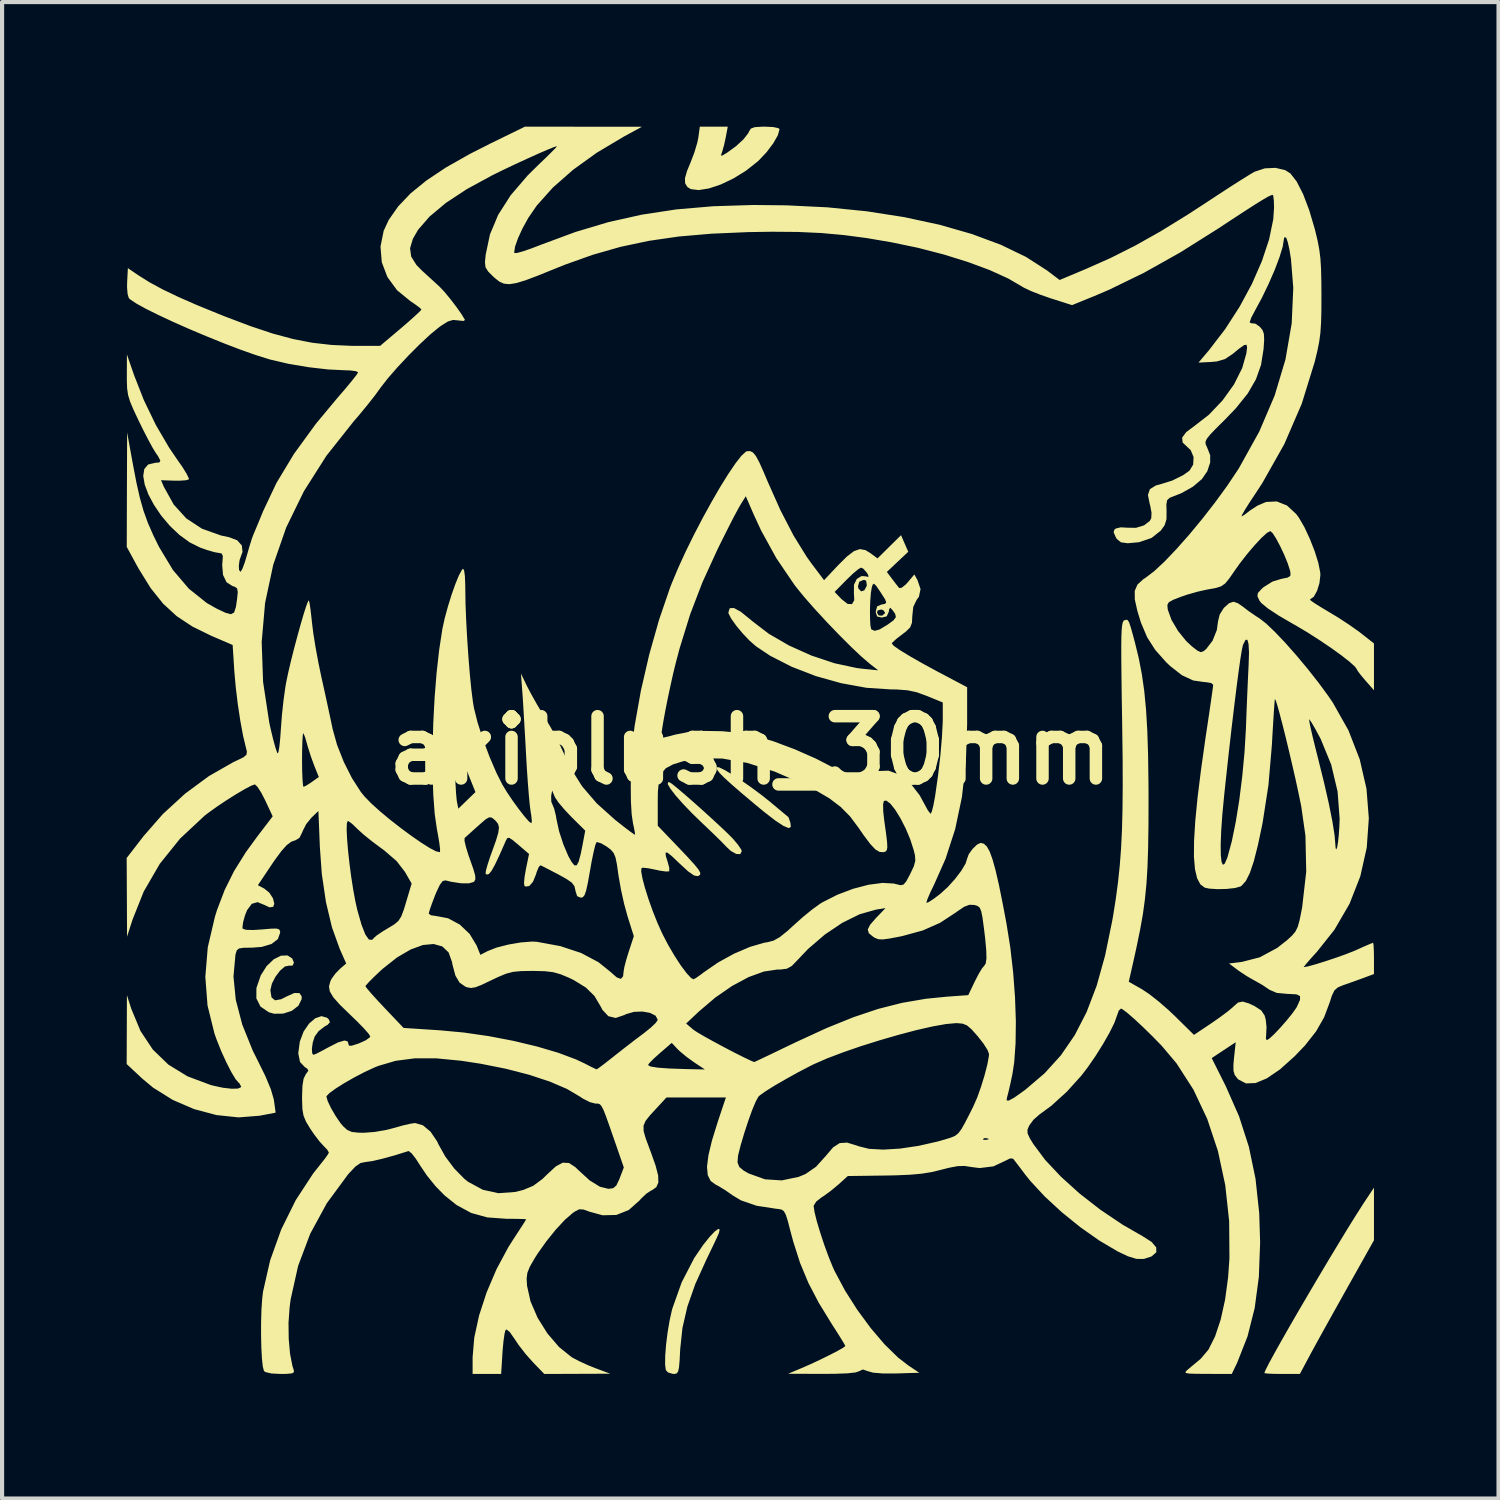
<source format=kicad_pcb>
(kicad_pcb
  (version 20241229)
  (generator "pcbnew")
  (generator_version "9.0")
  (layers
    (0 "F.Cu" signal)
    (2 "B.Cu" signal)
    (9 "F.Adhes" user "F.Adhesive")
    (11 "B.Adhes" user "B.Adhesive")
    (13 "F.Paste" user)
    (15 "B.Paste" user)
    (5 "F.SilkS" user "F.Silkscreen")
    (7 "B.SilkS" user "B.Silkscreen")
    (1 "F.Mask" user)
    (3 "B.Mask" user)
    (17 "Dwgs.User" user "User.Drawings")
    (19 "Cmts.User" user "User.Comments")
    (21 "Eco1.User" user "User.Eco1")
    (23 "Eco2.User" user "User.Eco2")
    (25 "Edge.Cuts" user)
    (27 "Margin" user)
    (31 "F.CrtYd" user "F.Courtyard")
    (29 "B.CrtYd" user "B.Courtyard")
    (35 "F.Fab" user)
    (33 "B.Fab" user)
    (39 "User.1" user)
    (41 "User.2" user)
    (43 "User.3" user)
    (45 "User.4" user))
  (footprint "akiblush_30mm"
    (layer "F.Cu")
    (at 15.017 15.017)
    (property "Reference" "akiblush_30mm" (at 0 0 0) (layer "F.SilkS") (effects (font (size 1.5 1.5) (thickness 0.3))))
    (attr board_only exclude_from_pos_files exclude_from_bom)
    (fp_poly (pts (xy -1.94 0.772) (xy -1.87 0.82) (xy -1.733 0.932) (xy -1.546 1.092) (xy -1.328 1.283) (xy -1.097 1.49) (xy -0.871 1.696) (xy -0.668 1.884) (xy -0.506 2.04) (xy -0.413 2.135) (xy -0.295 2.276) (xy -0.22 2.388) (xy -0.205 2.428) (xy -0.243 2.5) (xy -0.339 2.496) (xy -0.468 2.424) (xy -0.565 2.334) (xy -0.69 2.205) (xy -0.869 2.029) (xy -1.072 1.835) (xy -1.149 1.762) (xy -1.4 1.519) (xy -1.619 1.291) (xy -1.796 1.091) (xy -1.922 0.928) (xy -1.987 0.817) (xy -1.983 0.767)) (stroke (width 0) (type solid)) (fill yes) (layer "F.SilkS"))
    (fp_poly (pts (xy -0.756 0.408) (xy -0.627 0.47) (xy -0.442 0.579) (xy -0.219 0.724) (xy 0.023 0.893) (xy 0.267 1.074) (xy 0.494 1.255) (xy 0.5 1.261) (xy 0.681 1.412) (xy 0.822 1.53) (xy 0.904 1.598) (xy 0.917 1.608) (xy 0.937 1.66) (xy 0.965 1.745) (xy 0.976 1.846) (xy 0.922 1.872) (xy 0.8 1.822) (xy 0.606 1.694) (xy 0.336 1.486) (xy 0.113 1.302) (xy -0.214 1.027) (xy -0.458 0.815) (xy -0.63 0.658) (xy -0.74 0.546) (xy -0.798 0.469) (xy -0.812 0.418) (xy -0.81 0.407)) (stroke (width 0) (type solid)) (fill yes) (layer "F.SilkS"))
    (fp_poly (pts (xy 15.017 11.165) (xy 15.017 11.798) (xy 14.352 12.982) (xy 14.146 13.35) (xy 13.944 13.712) (xy 13.759 14.045) (xy 13.604 14.327) (xy 13.489 14.537) (xy 13.46 14.592) (xy 13.233 15.017) (xy 12.805 15.017) (xy 12.598 15.014) (xy 12.446 15.007) (xy 12.378 14.996) (xy 12.377 14.995) (xy 12.407 14.92) (xy 12.489 14.758) (xy 12.618 14.522) (xy 12.784 14.225) (xy 12.981 13.88) (xy 13.201 13.499) (xy 13.437 13.096) (xy 13.68 12.684) (xy 13.923 12.276) (xy 14.159 11.885) (xy 14.379 11.523) (xy 14.577 11.205) (xy 14.744 10.942) (xy 14.822 10.824) (xy 15.017 10.531)) (stroke (width 0) (type solid)) (fill yes) (layer "F.SilkS"))
    (fp_poly (pts (xy -0.737 11.541) (xy -0.76 11.632) (xy -0.808 11.741) (xy -0.894 11.923) (xy -1.002 12.147) (xy -1.056 12.259) (xy -1.326 12.854) (xy -1.516 13.396) (xy -1.634 13.908) (xy -1.688 14.416) (xy -1.702 14.686) (xy -1.717 14.86) (xy -1.739 14.959) (xy -1.774 15.004) (xy -1.828 15.017) (xy -1.857 15.017) (xy -1.98 14.982) (xy -2.034 14.924) (xy -2.052 14.792) (xy -2.049 14.576) (xy -2.028 14.306) (xy -1.991 14.011) (xy -1.942 13.722) (xy -1.885 13.468) (xy -1.879 13.447) (xy -1.653 12.811) (xy -1.352 12.228) (xy -1.139 11.915) (xy -0.981 11.717) (xy -0.855 11.584) (xy -0.77 11.523)) (stroke (width 0) (type solid)) (fill yes) (layer "F.SilkS"))
    (fp_poly (pts (xy -11.03 5.013) (xy -10.989 5.114) (xy -11.024 5.185) (xy -11.109 5.186) (xy -11.206 5.205) (xy -11.322 5.304) (xy -11.434 5.452) (xy -11.52 5.618) (xy -11.556 5.774) (xy -11.556 5.782) (xy -11.529 5.95) (xy -11.445 6.02) (xy -11.298 5.994) (xy -11.167 5.928) (xy -10.981 5.844) (xy -10.856 5.845) (xy -10.802 5.928) (xy -10.804 5.992) (xy -10.882 6.151) (xy -11.04 6.272) (xy -11.247 6.34) (xy -11.467 6.343) (xy -11.595 6.307) (xy -11.795 6.17) (xy -11.894 5.974) (xy -11.893 5.724) (xy -11.79 5.424) (xy -11.786 5.416) (xy -11.645 5.194) (xy -11.477 5.033) (xy -11.302 4.945) (xy -11.143 4.939)) (stroke (width 0) (type solid)) (fill yes) (layer "F.SilkS"))
    (fp_poly (pts (xy -0.59 -14.768) (xy -0.63 -14.582) (xy -0.672 -14.43) (xy -0.682 -14.401) (xy -0.707 -14.327) (xy -0.682 -14.318) (xy -0.586 -14.374) (xy -0.554 -14.394) (xy -0.342 -14.549) (xy -0.164 -14.713) (xy -0.049 -14.861) (xy -0.026 -14.91) (xy 0.015 -14.972) (xy 0.106 -15.005) (xy 0.277 -15.016) (xy 0.356 -15.017) (xy 0.55 -15.008) (xy 0.674 -14.982) (xy 0.704 -14.956) (xy 0.663 -14.81) (xy 0.553 -14.617) (xy 0.395 -14.406) (xy 0.207 -14.207) (xy 0.175 -14.177) (xy -0.104 -13.957) (xy -0.405 -13.771) (xy -0.708 -13.626) (xy -0.994 -13.53) (xy -1.242 -13.49) (xy -1.432 -13.513) (xy -1.513 -13.562) (xy -1.569 -13.651) (xy -1.574 -13.773) (xy -1.524 -13.95) (xy -1.435 -14.165) (xy -1.347 -14.396) (xy -1.277 -14.63) (xy -1.251 -14.759) (xy -1.216 -15.017) (xy -0.88 -15.017) (xy -0.543 -15.017)) (stroke (width 0) (type solid)) (fill yes) (layer "F.SilkS"))
    (fp_poly (pts (xy -4.019 -15.016) (xy -2.61 -15.015) (xy -3.049 -14.776) (xy -3.698 -14.389) (xy -4.271 -13.976) (xy -4.756 -13.549) (xy -5.143 -13.116) (xy -5.348 -12.817) (xy -5.486 -12.566) (xy -5.595 -12.328) (xy -5.665 -12.129) (xy -5.685 -11.996) (xy -5.68 -11.974) (xy -5.622 -11.975) (xy -5.477 -12.014) (xy -5.268 -12.086) (xy -5.016 -12.183) (xy -5.015 -12.183) (xy -4.211 -12.481) (xy -3.418 -12.718) (xy -2.614 -12.898) (xy -1.779 -13.025) (xy -0.892 -13.101) (xy 0.068 -13.131) (xy 0.866 -13.123) (xy 1.853 -13.075) (xy 2.805 -12.979) (xy 3.71 -12.838) (xy 4.557 -12.655) (xy 5.335 -12.432) (xy 6.033 -12.173) (xy 6.639 -11.88) (xy 7.143 -11.556) (xy 7.147 -11.553) (xy 7.448 -11.325) (xy 8.078 -11.589) (xy 8.678 -11.856) (xy 9.268 -12.153) (xy 9.873 -12.493) (xy 10.519 -12.891) (xy 10.941 -13.165) (xy 11.257 -13.373) (xy 11.553 -13.566) (xy 11.811 -13.73) (xy 12.01 -13.854) (xy 12.133 -13.927) (xy 12.143 -13.932) (xy 12.388 -14.013) (xy 12.646 -14.025) (xy 12.878 -13.971) (xy 13.006 -13.89) (xy 13.158 -13.693) (xy 13.311 -13.393) (xy 13.459 -13.003) (xy 13.596 -12.538) (xy 13.598 -12.53) (xy 13.657 -12.285) (xy 13.699 -12.067) (xy 13.727 -11.847) (xy 13.743 -11.595) (xy 13.75 -11.279) (xy 13.752 -10.97) (xy 13.751 -10.588) (xy 13.743 -10.293) (xy 13.727 -10.052) (xy 13.698 -9.836) (xy 13.653 -9.613) (xy 13.592 -9.36) (xy 13.278 -8.345) (xy 12.858 -7.373) (xy 12.328 -6.434) (xy 12.162 -6.18) (xy 12.018 -5.963) (xy 11.907 -5.786) (xy 11.84 -5.669) (xy 11.827 -5.631) (xy 11.89 -5.666) (xy 12.003 -5.751) (xy 12.033 -5.776) (xy 12.214 -5.893) (xy 12.415 -5.978) (xy 12.421 -5.98) (xy 12.677 -5.993) (xy 12.922 -5.895) (xy 13.144 -5.69) (xy 13.209 -5.602) (xy 13.343 -5.371) (xy 13.474 -5.089) (xy 13.591 -4.79) (xy 13.678 -4.51) (xy 13.723 -4.283) (xy 13.727 -4.224) (xy 13.704 -4.024) (xy 13.646 -3.837) (xy 13.567 -3.696) (xy 13.481 -3.637) (xy 13.476 -3.637) (xy 13.491 -3.61) (xy 13.591 -3.539) (xy 13.758 -3.435) (xy 13.888 -3.358) (xy 14.15 -3.2) (xy 14.418 -3.025) (xy 14.645 -2.865) (xy 14.695 -2.827) (xy 15.017 -2.574) (xy 15.017 -2.011) (xy 15.017 -1.447) (xy 14.814 -1.677) (xy 14.699 -1.813) (xy 14.624 -1.913) (xy 14.609 -1.944) (xy 14.559 -2.016) (xy 14.425 -2.136) (xy 14.227 -2.291) (xy 13.981 -2.468) (xy 13.705 -2.654) (xy 13.418 -2.838) (xy 13.136 -3.006) (xy 13.081 -3.036) (xy 12.724 -3.244) (xy 12.463 -3.416) (xy 12.303 -3.548) (xy 12.26 -3.603) (xy 12.211 -3.708) (xy 12.221 -3.786) (xy 12.303 -3.878) (xy 12.354 -3.925) (xy 12.571 -4.062) (xy 12.785 -4.128) (xy 12.939 -4.159) (xy 13.004 -4.201) (xy 13.006 -4.28) (xy 12.996 -4.328) (xy 12.941 -4.5) (xy 12.858 -4.704) (xy 12.76 -4.913) (xy 12.662 -5.097) (xy 12.578 -5.229) (xy 12.521 -5.279) (xy 12.521 -5.279) (xy 12.44 -5.235) (xy 12.308 -5.115) (xy 12.143 -4.938) (xy 11.962 -4.725) (xy 11.783 -4.495) (xy 11.666 -4.33) (xy 11.532 -4.136) (xy 11.433 -4.016) (xy 11.335 -3.948) (xy 11.208 -3.908) (xy 11.018 -3.874) (xy 11.014 -3.874) (xy 10.779 -3.822) (xy 10.511 -3.746) (xy 10.362 -3.694) (xy 10.175 -3.621) (xy 10.076 -3.564) (xy 10.042 -3.501) (xy 10.05 -3.408) (xy 10.055 -3.381) (xy 10.142 -3.14) (xy 10.298 -2.876) (xy 10.495 -2.632) (xy 10.632 -2.504) (xy 10.766 -2.4) (xy 10.847 -2.363) (xy 10.913 -2.386) (xy 10.977 -2.439) (xy 11.13 -2.638) (xy 11.233 -2.895) (xy 11.263 -3.11) (xy 11.303 -3.272) (xy 11.403 -3.43) (xy 11.532 -3.544) (xy 11.636 -3.578) (xy 11.74 -3.542) (xy 11.859 -3.46) (xy 11.99 -3.359) (xy 12.17 -3.235) (xy 12.264 -3.175) (xy 12.425 -3.049) (xy 12.638 -2.845) (xy 12.887 -2.583) (xy 13.155 -2.279) (xy 13.427 -1.953) (xy 13.687 -1.622) (xy 13.919 -1.306) (xy 14.026 -1.149) (xy 14.404 -0.478) (xy 14.674 0.217) (xy 14.837 0.926) (xy 14.893 1.638) (xy 14.843 2.345) (xy 14.688 3.034) (xy 14.428 3.697) (xy 14.064 4.323) (xy 13.648 4.846) (xy 13.497 5.013) (xy 13.385 5.142) (xy 13.329 5.213) (xy 13.327 5.221) (xy 13.432 5.202) (xy 13.617 5.151) (xy 13.851 5.078) (xy 14.103 4.994) (xy 14.344 4.908) (xy 14.542 4.83) (xy 14.59 4.809) (xy 14.781 4.723) (xy 14.925 4.661) (xy 14.994 4.634) (xy 14.996 4.634) (xy 15.007 4.688) (xy 15.014 4.827) (xy 15.017 5.011) (xy 15.017 5.387) (xy 14.768 5.48) (xy 14.548 5.56) (xy 14.324 5.639) (xy 14.286 5.651) (xy 14.15 5.707) (xy 14.065 5.781) (xy 14.003 5.909) (xy 13.955 6.06) (xy 13.817 6.428) (xy 13.623 6.768) (xy 13.355 7.108) (xy 13.106 7.368) (xy 12.753 7.684) (xy 12.438 7.899) (xy 12.165 8.012) (xy 11.935 8.021) (xy 11.752 7.926) (xy 11.731 7.905) (xy 11.664 7.817) (xy 11.634 7.717) (xy 11.633 7.566) (xy 11.648 7.401) (xy 11.688 7.029) (xy 11.399 7.22) (xy 11.11 7.411) (xy 11.45 8.09) (xy 11.768 8.812) (xy 12.005 9.547) (xy 12.165 10.316) (xy 12.254 11.144) (xy 12.276 11.849) (xy 12.245 12.68) (xy 12.145 13.429) (xy 11.973 14.111) (xy 11.725 14.742) (xy 11.699 14.797) (xy 11.593 15.017) (xy 11.003 15.015) (xy 10.737 15.013) (xy 10.571 15.008) (xy 10.49 14.994) (xy 10.477 14.969) (xy 10.515 14.928) (xy 10.543 14.904) (xy 10.678 14.791) (xy 10.835 14.66) (xy 10.851 14.645) (xy 11.032 14.43) (xy 11.191 14.113) (xy 11.326 13.708) (xy 11.432 13.229) (xy 11.505 12.69) (xy 11.537 12.231) (xy 11.53 11.335) (xy 11.436 10.47) (xy 11.259 9.646) (xy 11.002 8.875) (xy 10.669 8.169) (xy 10.264 7.539) (xy 9.908 7.117) (xy 9.681 6.884) (xy 9.456 6.664) (xy 9.251 6.473) (xy 9.081 6.325) (xy 8.965 6.237) (xy 8.925 6.218) (xy 8.872 6.268) (xy 8.83 6.386) (xy 8.768 6.559) (xy 8.65 6.798) (xy 8.491 7.076) (xy 8.308 7.368) (xy 8.116 7.645) (xy 7.974 7.83) (xy 7.623 8.219) (xy 7.246 8.561) (xy 6.963 8.768) (xy 6.818 8.896) (xy 6.716 9.035) (xy 6.674 9.134) (xy 6.676 9.223) (xy 6.729 9.34) (xy 6.814 9.479) (xy 7.1 9.863) (xy 7.479 10.266) (xy 7.928 10.672) (xy 8.429 11.062) (xy 8.961 11.42) (xy 9.444 11.698) (xy 9.663 11.838) (xy 9.774 11.97) (xy 9.776 12.087) (xy 9.666 12.183) (xy 9.647 12.192) (xy 9.474 12.248) (xy 9.298 12.246) (xy 9.089 12.182) (xy 8.842 12.064) (xy 8.404 11.805) (xy 7.945 11.482) (xy 7.494 11.117) (xy 7.083 10.737) (xy 6.739 10.365) (xy 6.625 10.223) (xy 6.494 10.049) (xy 6.388 9.91) (xy 6.33 9.836) (xy 6.329 9.834) (xy 6.257 9.826) (xy 6.15 9.879) (xy 5.854 10.018) (xy 5.521 10.059) (xy 5.318 10.033) (xy 5.155 10.008) (xy 4.989 10.013) (xy 4.78 10.053) (xy 4.596 10.1) (xy 4.366 10.156) (xy 4.128 10.194) (xy 3.852 10.219) (xy 3.507 10.234) (xy 3.241 10.239) (xy 2.347 10.251) (xy 2.122 10.455) (xy 1.948 10.6) (xy 1.772 10.729) (xy 1.711 10.768) (xy 1.588 10.865) (xy 1.527 10.962) (xy 1.525 10.976) (xy 1.546 11.118) (xy 1.601 11.34) (xy 1.683 11.613) (xy 1.78 11.907) (xy 1.885 12.194) (xy 1.987 12.445) (xy 2.029 12.537) (xy 2.28 13.008) (xy 2.576 13.473) (xy 2.899 13.912) (xy 3.232 14.303) (xy 3.558 14.622) (xy 3.811 14.817) (xy 4.069 14.988) (xy 3.516 15.005) (xy 3.189 15.005) (xy 2.953 14.985) (xy 2.83 14.95) (xy 2.71 14.909) (xy 2.627 14.948) (xy 2.536 14.98) (xy 2.337 15.002) (xy 2.027 15.013) (xy 1.733 15.015) (xy 0.909 15.012) (xy 1.232 14.877) (xy 1.449 14.782) (xy 1.682 14.673) (xy 1.907 14.562) (xy 2.099 14.463) (xy 2.234 14.386) (xy 2.288 14.344) (xy 2.288 14.344) (xy 2.258 14.286) (xy 2.177 14.153) (xy 2.06 13.967) (xy 1.972 13.831) (xy 1.651 13.308) (xy 1.399 12.826) (xy 1.199 12.346) (xy 1.034 11.831) (xy 0.968 11.585) (xy 0.904 11.338) (xy 0.855 11.183) (xy 0.808 11.097) (xy 0.749 11.058) (xy 0.665 11.043) (xy 0.637 11.041) (xy 0.153 10.967) (xy -0.229 10.835) (xy -0.427 10.715) (xy -0.603 10.592) (xy -0.771 10.49) (xy -0.834 10.458) (xy -0.955 10.37) (xy -1.025 10.23) (xy -1.043 10.027) (xy -1.03 9.923) (xy -0.308 9.923) (xy -0.265 10.033) (xy -0.156 10.123) (xy -0.034 10.191) (xy 0.354 10.33) (xy 0.759 10.356) (xy 1.164 10.271) (xy 1.33 10.202) (xy 1.582 10.028) (xy 1.822 9.762) (xy 1.823 9.76) (xy 1.994 9.56) (xy 2.152 9.458) (xy 2.329 9.446) (xy 2.559 9.515) (xy 2.601 9.532) (xy 2.859 9.596) (xy 3.202 9.615) (xy 3.607 9.59) (xy 4.052 9.524) (xy 4.514 9.419) (xy 4.679 9.372) (xy 5.598 9.372) (xy 5.656 9.381) (xy 5.732 9.37) (xy 5.733 9.35) (xy 5.654 9.336) (xy 5.62 9.346) (xy 5.598 9.372) (xy 4.679 9.372) (xy 4.722 9.359) (xy 4.844 9.321) (xy 4.935 9.28) (xy 5.01 9.219) (xy 5.084 9.12) (xy 5.173 8.962) (xy 5.293 8.728) (xy 5.371 8.571) (xy 5.463 8.361) (xy 5.557 8.098) (xy 5.642 7.82) (xy 5.708 7.563) (xy 5.744 7.364) (xy 5.748 7.313) (xy 5.712 7.216) (xy 5.617 7.066) (xy 5.482 6.893) (xy 5.478 6.887) (xy 5.329 6.72) (xy 5.219 6.625) (xy 5.115 6.582) (xy 4.983 6.57) (xy 4.946 6.57) (xy 4.711 6.591) (xy 4.388 6.649) (xy 4 6.737) (xy 3.569 6.851) (xy 3.116 6.982) (xy 2.664 7.124) (xy 2.235 7.272) (xy 1.85 7.418) (xy 1.531 7.557) (xy 1.456 7.594) (xy 1.149 7.754) (xy 0.854 7.918) (xy 0.589 8.071) (xy 0.376 8.204) (xy 0.235 8.303) (xy 0.194 8.341) (xy 0.131 8.456) (xy 0.046 8.658) (xy -0.049 8.922) (xy -0.147 9.221) (xy -0.235 9.519) (xy -0.296 9.761) (xy -0.308 9.923) (xy -1.03 9.923) (xy -1.009 9.752) (xy -0.923 9.394) (xy -0.783 8.942) (xy -0.762 8.879) (xy -0.687 8.654) (xy -0.628 8.478) (xy -0.593 8.375) (xy -0.587 8.359) (xy -0.642 8.359) (xy -0.791 8.359) (xy -1.013 8.359) (xy -1.285 8.359) (xy -1.303 8.359) (xy -2.019 8.359) (xy -2.256 8.616) (xy -2.418 8.792) (xy -2.522 8.923) (xy -2.571 9.038) (xy -2.569 9.167) (xy -2.521 9.339) (xy -2.43 9.584) (xy -2.395 9.677) (xy -2.28 10.002) (xy -2.219 10.24) (xy -2.214 10.407) (xy -2.264 10.519) (xy -2.368 10.593) (xy -2.397 10.605) (xy -2.503 10.675) (xy -2.633 10.799) (xy -2.668 10.84) (xy -2.927 11.069) (xy -3.225 11.188) (xy -3.555 11.196) (xy -3.868 11.111) (xy -4.022 11.056) (xy -4.122 11.053) (xy -4.225 11.106) (xy -4.277 11.142) (xy -4.465 11.305) (xy -4.685 11.542) (xy -4.912 11.824) (xy -5.122 12.12) (xy -5.194 12.234) (xy -5.308 12.432) (xy -5.368 12.58) (xy -5.386 12.721) (xy -5.376 12.894) (xy -5.292 13.271) (xy -5.122 13.664) (xy -4.887 14.04) (xy -4.607 14.367) (xy -4.304 14.611) (xy -4.3 14.614) (xy -4.125 14.707) (xy -3.897 14.811) (xy -3.729 14.878) (xy -3.373 15.011) (xy -4.167 15.014) (xy -4.961 15.017) (xy -5.231 14.738) (xy -5.41 14.537) (xy -5.584 14.312) (xy -5.676 14.174) (xy -5.791 14.009) (xy -5.868 13.947) (xy -5.895 13.96) (xy -5.918 14.048) (xy -5.943 14.222) (xy -5.964 14.447) (xy -5.969 14.524) (xy -6 15.017) (xy -6.344 15.017) (xy -6.687 15.017) (xy -6.687 14.618) (xy -6.647 14.141) (xy -6.531 13.609) (xy -6.349 13.051) (xy -6.111 12.494) (xy -5.826 11.963) (xy -5.702 11.768) (xy -5.571 11.567) (xy -5.467 11.407) (xy -5.407 11.311) (xy -5.397 11.293) (xy -5.451 11.287) (xy -5.595 11.283) (xy -5.802 11.28) (xy -5.881 11.28) (xy -6.334 11.247) (xy -6.721 11.14) (xy -7.076 10.947) (xy -7.367 10.713) (xy -7.578 10.497) (xy -7.787 10.239) (xy -7.939 10.014) (xy -8.055 9.833) (xy -8.156 9.704) (xy -8.225 9.65) (xy -8.233 9.65) (xy -8.563 9.753) (xy -8.862 9.835) (xy -9.102 9.891) (xy -9.26 9.913) (xy -9.27 9.914) (xy -9.386 9.938) (xy -9.509 10.023) (xy -9.664 10.186) (xy -9.694 10.222) (xy -10.198 10.907) (xy -10.597 11.64) (xy -10.888 12.413) (xy -11.068 13.219) (xy -11.093 13.408) (xy -11.12 13.785) (xy -11.115 14.172) (xy -11.083 14.531) (xy -11.025 14.826) (xy -10.994 14.92) (xy -10.989 14.974) (xy -11.039 15.003) (xy -11.169 15.015) (xy -11.312 15.017) (xy -11.535 15.005) (xy -11.676 14.971) (xy -11.711 14.945) (xy -11.739 14.84) (xy -11.76 14.644) (xy -11.774 14.382) (xy -11.781 14.081) (xy -11.78 13.766) (xy -11.771 13.463) (xy -11.753 13.198) (xy -11.733 13.033) (xy -11.562 12.281) (xy -11.295 11.537) (xy -10.946 10.832) (xy -10.528 10.192) (xy -10.361 9.981) (xy -10.245 9.835) (xy -10.167 9.724) (xy -10.148 9.683) (xy -10.188 9.616) (xy -10.274 9.527) (xy -10.375 9.416) (xy -10.503 9.248) (xy -10.597 9.11) (xy -10.699 8.94) (xy -10.758 8.798) (xy -10.786 8.638) (xy -10.793 8.416) (xy -10.794 8.352) (xy -10.793 8.337) (xy -10.207 8.337) (xy -10.176 8.448) (xy -10.096 8.615) (xy -9.988 8.801) (xy -9.874 8.969) (xy -9.808 9.048) (xy -9.707 9.141) (xy -9.597 9.189) (xy -9.437 9.207) (xy -9.301 9.209) (xy -9.042 9.189) (xy -8.752 9.138) (xy -8.574 9.092) (xy -8.36 9.031) (xy -8.174 8.989) (xy -8.069 8.975) (xy -7.882 9.03) (xy -7.7 9.183) (xy -7.543 9.414) (xy -7.509 9.487) (xy -7.345 9.781) (xy -7.127 10.072) (xy -6.89 10.314) (xy -6.795 10.39) (xy -6.44 10.582) (xy -6.068 10.664) (xy -5.665 10.635) (xy -5.469 10.587) (xy -5.227 10.486) (xy -5.004 10.321) (xy -4.886 10.206) (xy -4.682 10.018) (xy -4.516 9.929) (xy -4.366 9.937) (xy -4.212 10.038) (xy -4.142 10.106) (xy -3.869 10.356) (xy -3.621 10.509) (xy -3.416 10.559) (xy -3.302 10.544) (xy -3.227 10.48) (xy -3.158 10.337) (xy -3.144 10.301) (xy -3.046 10.044) (xy -3.277 9.377) (xy -3.391 9.049) (xy -3.474 8.816) (xy -3.535 8.661) (xy -3.582 8.569) (xy -3.623 8.523) (xy -3.666 8.507) (xy -3.721 8.506) (xy -3.732 8.506) (xy -3.862 8.472) (xy -4.03 8.387) (xy -4.107 8.336) (xy -4.419 8.152) (xy -4.831 7.976) (xy -5.325 7.813) (xy -5.885 7.668) (xy -6.493 7.547) (xy -6.961 7.475) (xy -7.562 7.417) (xy -8.081 7.417) (xy -8.537 7.476) (xy -8.951 7.597) (xy -9.053 7.638) (xy -9.29 7.748) (xy -9.539 7.878) (xy -9.777 8.014) (xy -9.982 8.143) (xy -10.132 8.252) (xy -10.204 8.326) (xy -10.207 8.337) (xy -10.793 8.337) (xy -10.785 8.082) (xy -10.756 7.905) (xy -10.704 7.801) (xy -10.701 7.796) (xy -10.641 7.713) (xy -10.674 7.66) (xy -10.723 7.632) (xy -10.843 7.505) (xy -10.885 7.296) (xy -10.848 7.017) (xy -10.846 7.009) (xy -10.756 6.771) (xy -10.627 6.582) (xy -10.477 6.453) (xy -10.326 6.401) (xy -10.192 6.439) (xy -10.151 6.478) (xy -10.122 6.547) (xy -10.179 6.61) (xy -10.25 6.65) (xy -10.394 6.761) (xy -10.489 6.891) (xy -10.536 7.036) (xy -10.557 7.185) (xy -10.55 7.297) (xy -10.52 7.333) (xy -10.451 7.306) (xy -10.314 7.236) (xy -10.169 7.157) (xy -9.929 7.034) (xy -9.772 6.987) (xy -9.692 7.012) (xy -9.679 7.066) (xy -9.663 7.112) (xy -9.599 7.113) (xy -9.459 7.069) (xy -9.415 7.053) (xy -9.261 6.983) (xy -9.166 6.915) (xy -9.151 6.888) (xy -9.192 6.823) (xy -9.302 6.698) (xy -9.465 6.531) (xy -9.65 6.352) (xy -9.887 6.122) (xy -10.042 5.946) (xy -10.125 5.807) (xy -10.146 5.685) (xy -10.144 5.681) (xy -9.268 5.681) (xy -9.229 5.736) (xy -9.126 5.857) (xy -8.973 6.026) (xy -8.808 6.202) (xy -8.349 6.685) (xy -7.474 6.742) (xy -6.893 6.796) (xy -6.293 6.883) (xy -5.699 6.997) (xy -5.136 7.132) (xy -4.627 7.282) (xy -4.197 7.443) (xy -3.993 7.539) (xy -3.837 7.619) (xy -3.729 7.671) (xy -3.702 7.682) (xy -3.649 7.649) (xy -3.554 7.578) (xy -2.464 7.578) (xy -2.405 7.613) (xy -2.232 7.641) (xy -1.945 7.662) (xy -1.559 7.675) (xy -1.094 7.685) (xy -1.355 7.512) (xy -1.536 7.381) (xy -1.698 7.246) (xy -1.754 7.192) (xy -1.892 7.045) (xy -2.178 7.292) (xy -2.325 7.424) (xy -2.428 7.528) (xy -2.464 7.578) (xy -3.554 7.578) (xy -3.528 7.559) (xy -3.361 7.428) (xy -3.291 7.373) (xy -3.054 7.186) (xy -2.798 6.988) (xy -2.576 6.821) (xy -2.566 6.814) (xy -2.4 6.681) (xy -2.293 6.579) (xy -1.545 6.579) (xy -1.374 6.725) (xy -1.279 6.789) (xy -1.105 6.891) (xy -0.879 7.016) (xy -0.626 7.152) (xy -0.375 7.283) (xy -0.15 7.396) (xy 0.021 7.477) (xy 0.094 7.506) (xy 0.146 7.483) (xy 0.288 7.416) (xy 0.503 7.314) (xy 0.774 7.183) (xy 1.087 7.033) (xy 1.121 7.017) (xy 1.836 6.688) (xy 2.482 6.427) (xy 3.081 6.226) (xy 3.654 6.081) (xy 4.223 5.983) (xy 4.721 5.933) (xy 5.248 5.895) (xy 5.406 5.564) (xy 5.499 5.384) (xy 5.581 5.248) (xy 5.628 5.194) (xy 5.668 5.135) (xy 5.686 5.012) (xy 5.681 4.812) (xy 5.654 4.519) (xy 5.624 4.275) (xy 5.591 4.028) (xy 5.56 3.874) (xy 5.523 3.788) (xy 5.469 3.746) (xy 5.395 3.724) (xy 5.276 3.719) (xy 5.148 3.768) (xy 4.975 3.885) (xy 4.947 3.906) (xy 4.569 4.154) (xy 4.152 4.338) (xy 3.662 4.472) (xy 3.59 4.487) (xy 3.347 4.533) (xy 3.189 4.554) (xy 3.085 4.549) (xy 3.004 4.518) (xy 2.959 4.491) (xy 2.854 4.404) (xy 2.828 4.315) (xy 2.884 4.201) (xy 3.027 4.037) (xy 3.036 4.028) (xy 3.256 3.799) (xy 3.021 3.837) (xy 2.632 3.948) (xy 2.216 4.153) (xy 1.795 4.436) (xy 1.39 4.784) (xy 1.128 5.059) (xy 0.997 5.194) (xy 0.879 5.259) (xy 0.719 5.279) (xy 0.646 5.279) (xy 0.325 5.327) (xy -0.042 5.461) (xy -0.437 5.673) (xy -0.843 5.953) (xy -1.24 6.291) (xy -1.256 6.306) (xy -1.545 6.579) (xy -2.293 6.579) (xy -2.279 6.566) (xy -2.229 6.492) (xy -2.229 6.49) (xy -2.281 6.39) (xy -2.415 6.322) (xy -2.599 6.29) (xy -2.802 6.298) (xy -2.99 6.352) (xy -3.034 6.374) (xy -3.242 6.445) (xy -3.418 6.402) (xy -3.562 6.248) (xy -3.605 6.165) (xy -3.753 5.915) (xy -3.96 5.712) (xy -4.251 5.533) (xy -4.37 5.475) (xy -4.567 5.393) (xy -4.744 5.343) (xy -4.946 5.319) (xy -5.217 5.312) (xy -5.25 5.312) (xy -5.515 5.316) (xy -5.709 5.334) (xy -5.879 5.378) (xy -6.07 5.457) (xy -6.236 5.536) (xy -6.464 5.645) (xy -6.617 5.705) (xy -6.725 5.723) (xy -6.816 5.708) (xy -6.861 5.691) (xy -7.001 5.594) (xy -7.101 5.425) (xy -7.171 5.164) (xy -7.183 5.097) (xy -7.265 4.867) (xy -7.416 4.723) (xy -7.625 4.664) (xy -7.883 4.688) (xy -8.178 4.796) (xy -8.503 4.985) (xy -8.845 5.255) (xy -8.893 5.298) (xy -9.062 5.457) (xy -9.191 5.587) (xy -9.261 5.667) (xy -9.268 5.681) (xy -10.144 5.681) (xy -10.112 5.562) (xy -10.083 5.502) (xy -9.99 5.374) (xy -9.874 5.256) (xy -9.731 5.133) (xy -9.887 4.781) (xy -10.073 4.264) (xy -10.218 3.657) (xy -10.318 2.979) (xy -10.365 2.329) (xy -10.382 1.905) (xy -9.72 1.905) (xy -9.71 2.129) (xy -9.687 2.406) (xy -9.653 2.717) (xy -9.611 3.04) (xy -9.562 3.355) (xy -9.509 3.641) (xy -9.464 3.842) (xy -9.363 4.197) (xy -9.27 4.435) (xy -9.184 4.557) (xy -9.104 4.563) (xy -9.062 4.516) (xy -8.994 4.456) (xy -8.856 4.363) (xy -8.725 4.284) (xy -8.573 4.192) (xy -8.474 4.108) (xy -8.404 3.998) (xy -8.379 3.931) (xy -7.743 3.931) (xy -7.692 3.972) (xy -7.571 3.989) (xy -7.278 4.044) (xy -6.998 4.194) (xy -6.76 4.419) (xy -6.591 4.699) (xy -6.588 4.706) (xy -6.5 4.925) (xy -6.324 4.834) (xy -6.107 4.749) (xy -5.824 4.677) (xy -5.525 4.626) (xy -5.258 4.605) (xy -5.138 4.611) (xy -4.573 4.715) (xy -4.074 4.88) (xy -3.656 5.102) (xy -3.373 5.33) (xy -3.217 5.467) (xy -3.116 5.504) (xy -3.063 5.44) (xy -3.051 5.325) (xy -3.033 5.219) (xy -2.987 5.042) (xy -2.928 4.85) (xy -2.805 4.476) (xy -2.956 3.998) (xy -3.038 3.699) (xy -3.115 3.352) (xy -3.172 3.027) (xy -3.177 2.994) (xy -3.188 2.915) (xy -2.628 2.915) (xy -2.598 3.082) (xy -2.537 3.312) (xy -2.452 3.583) (xy -2.349 3.872) (xy -2.235 4.158) (xy -2.119 4.416) (xy -1.979 4.685) (xy -1.826 4.946) (xy -1.674 5.18) (xy -1.535 5.365) (xy -1.426 5.483) (xy -1.368 5.514) (xy -1.307 5.481) (xy -1.189 5.398) (xy -1.123 5.347) (xy -0.775 5.108) (xy -0.393 4.898) (xy -0.011 4.734) (xy 0.335 4.633) (xy 0.426 4.618) (xy 0.563 4.581) (xy 0.711 4.497) (xy 0.895 4.349) (xy 1.053 4.205) (xy 1.268 4.013) (xy 1.49 3.832) (xy 1.681 3.694) (xy 1.734 3.661) (xy 2.096 3.478) (xy 2.476 3.334) (xy 2.847 3.237) (xy 3.183 3.193) (xy 3.457 3.208) (xy 3.506 3.221) (xy 3.616 3.248) (xy 3.689 3.233) (xy 3.754 3.157) (xy 3.839 2.998) (xy 3.852 2.973) (xy 3.938 2.791) (xy 3.973 2.659) (xy 3.965 2.529) (xy 3.935 2.405) (xy 3.851 2.144) (xy 3.741 1.882) (xy 3.617 1.639) (xy 3.49 1.433) (xy 3.372 1.284) (xy 3.274 1.21) (xy 3.216 1.219) (xy 3.197 1.303) (xy 3.201 1.477) (xy 3.227 1.706) (xy 3.269 2.006) (xy 3.293 2.21) (xy 3.299 2.337) (xy 3.285 2.407) (xy 3.251 2.44) (xy 3.207 2.453) (xy 3.114 2.447) (xy 3.011 2.386) (xy 2.887 2.254) (xy 2.727 2.041) (xy 2.608 1.868) (xy 2.403 1.593) (xy 2.176 1.363) (xy 1.904 1.157) (xy 1.559 0.954) (xy 1.291 0.818) (xy 0.583 0.511) (xy -0.072 0.304) (xy -0.672 0.198) (xy -1.217 0.193) (xy -1.614 0.262) (xy -1.863 0.34) (xy -2.034 0.431) (xy -2.143 0.558) (xy -2.202 0.742) (xy -2.226 1.005) (xy -2.229 1.238) (xy -2.229 1.816) (xy -1.745 2.321) (xy -1.509 2.57) (xy -1.346 2.749) (xy -1.248 2.871) (xy -1.205 2.949) (xy -1.209 2.996) (xy -1.251 3.025) (xy -1.263 3.03) (xy -1.353 3.015) (xy -1.497 2.915) (xy -1.703 2.726) (xy -1.706 2.723) (xy -1.886 2.551) (xy -1.995 2.464) (xy -2.041 2.463) (xy -2.034 2.546) (xy -1.988 2.693) (xy -1.952 2.828) (xy -1.952 2.91) (xy -1.955 2.913) (xy -2.026 2.919) (xy -2.172 2.899) (xy -2.288 2.874) (xy -2.462 2.839) (xy -2.585 2.827) (xy -2.619 2.834) (xy -2.628 2.915) (xy -3.188 2.915) (xy -3.213 2.742) (xy -3.247 2.577) (xy -3.292 2.471) (xy -3.359 2.393) (xy -3.455 2.32) (xy -3.59 2.24) (xy -3.688 2.211) (xy -3.708 2.218) (xy -3.735 2.291) (xy -3.775 2.455) (xy -3.822 2.683) (xy -3.861 2.906) (xy -3.912 3.19) (xy -3.953 3.377) (xy -3.991 3.486) (xy -4.033 3.537) (xy -4.082 3.549) (xy -4.17 3.512) (xy -4.21 3.386) (xy -4.212 3.372) (xy -4.235 3.272) (xy -4.297 3.188) (xy -4.422 3.1) (xy -4.618 2.991) (xy -4.812 2.89) (xy -4.965 2.811) (xy -5.048 2.77) (xy -5.052 2.768) (xy -5.093 2.807) (xy -5.143 2.927) (xy -5.162 2.991) (xy -5.233 3.165) (xy -5.323 3.268) (xy -5.413 3.281) (xy -5.44 3.261) (xy -5.449 3.188) (xy -5.434 3.036) (xy -5.403 2.86) (xy -5.328 2.496) (xy -5.582 2.278) (xy -5.727 2.157) (xy -5.808 2.106) (xy -5.854 2.116) (xy -5.889 2.181) (xy -5.892 2.189) (xy -6.038 2.52) (xy -6.149 2.754) (xy -6.231 2.902) (xy -6.294 2.978) (xy -6.343 2.992) (xy -6.374 2.973) (xy -6.369 2.908) (xy -6.329 2.76) (xy -6.262 2.555) (xy -6.223 2.449) (xy -6.125 2.175) (xy -6.069 1.987) (xy -6.052 1.86) (xy -6.073 1.773) (xy -6.13 1.7) (xy -6.158 1.673) (xy -6.226 1.62) (xy -6.288 1.613) (xy -6.372 1.661) (xy -6.507 1.777) (xy -6.554 1.819) (xy -6.707 1.956) (xy -6.825 2.063) (xy -6.88 2.111) (xy -6.882 2.181) (xy -6.847 2.331) (xy -6.783 2.536) (xy -6.751 2.626) (xy -6.668 2.862) (xy -6.625 3.014) (xy -6.62 3.105) (xy -6.649 3.159) (xy -6.659 3.169) (xy -6.773 3.203) (xy -6.965 3.202) (xy -7.201 3.166) (xy -7.34 3.132) (xy -7.406 3.147) (xy -7.476 3.239) (xy -7.563 3.424) (xy -7.59 3.489) (xy -7.666 3.688) (xy -7.721 3.846) (xy -7.743 3.93) (xy -7.743 3.931) (xy -8.379 3.931) (xy -8.341 3.83) (xy -8.29 3.66) (xy -8.155 3.208) (xy -8.317 2.926) (xy -8.517 2.667) (xy -8.821 2.405) (xy -8.889 2.356) (xy -9.104 2.196) (xy -9.303 2.036) (xy -9.45 1.904) (xy -9.47 1.884) (xy -9.587 1.771) (xy -9.675 1.707) (xy -9.692 1.701) (xy -9.715 1.756) (xy -9.72 1.905) (xy -10.382 1.905) (xy -10.4 1.461) (xy -10.569 1.623) (xy -10.694 1.777) (xy -10.778 1.942) (xy -10.784 1.963) (xy -10.856 2.107) (xy -10.944 2.162) (xy -11.052 2.2) (xy -11.164 2.284) (xy -11.294 2.43) (xy -11.459 2.654) (xy -11.565 2.811) (xy -11.857 3.248) (xy -11.704 3.329) (xy -11.58 3.43) (xy -11.493 3.566) (xy -11.462 3.696) (xy -11.489 3.769) (xy -11.578 3.781) (xy -11.694 3.726) (xy -11.865 3.656) (xy -12.004 3.696) (xy -12.117 3.848) (xy -12.166 3.969) (xy -12.213 4.138) (xy -12.229 4.263) (xy -12.222 4.296) (xy -12.145 4.322) (xy -11.971 4.327) (xy -11.754 4.313) (xy -11.533 4.294) (xy -11.403 4.293) (xy -11.342 4.314) (xy -11.323 4.36) (xy -11.321 4.39) (xy -11.376 4.546) (xy -11.528 4.663) (xy -11.765 4.734) (xy -11.997 4.752) (xy -12.197 4.754) (xy -12.31 4.771) (xy -12.365 4.815) (xy -12.392 4.9) (xy -12.399 4.935) (xy -12.445 5.447) (xy -12.39 6.006) (xy -12.234 6.603) (xy -11.982 7.229) (xy -11.856 7.481) (xy -11.674 7.851) (xy -11.545 8.162) (xy -11.476 8.398) (xy -11.47 8.432) (xy -11.43 8.725) (xy -11.818 8.799) (xy -12.322 8.839) (xy -12.855 8.783) (xy -13.392 8.64) (xy -13.909 8.417) (xy -14.38 8.123) (xy -14.638 7.908) (xy -15.017 7.554) (xy -15.014 6.725) (xy -15.011 5.895) (xy -14.907 6.221) (xy -14.684 6.758) (xy -14.387 7.206) (xy -14.011 7.569) (xy -13.552 7.85) (xy -13.005 8.055) (xy -12.944 8.072) (xy -12.701 8.125) (xy -12.489 8.149) (xy -12.335 8.145) (xy -12.262 8.11) (xy -12.26 8.099) (xy -12.302 8.018) (xy -12.313 8.011) (xy -12.392 7.922) (xy -12.497 7.748) (xy -12.617 7.513) (xy -12.74 7.244) (xy -12.851 6.965) (xy -12.904 6.817) (xy -13.07 6.144) (xy -13.123 5.455) (xy -13.064 4.743) (xy -12.891 4.005) (xy -12.84 3.842) (xy -12.655 3.358) (xy -12.431 2.908) (xy -12.147 2.453) (xy -11.873 2.077) (xy -11.501 1.59) (xy -11.681 1.205) (xy -11.778 1.017) (xy -11.866 0.881) (xy -11.927 0.822) (xy -11.931 0.821) (xy -12.019 0.853) (xy -12.179 0.937) (xy -12.385 1.059) (xy -12.614 1.203) (xy -12.841 1.355) (xy -13.042 1.499) (xy -13.14 1.574) (xy -13.73 2.125) (xy -14.219 2.733) (xy -14.606 3.4) (xy -14.876 4.077) (xy -15.008 4.488) (xy -15.012 3.54) (xy -15.017 2.593) (xy -14.609 2.065) (xy -14.145 1.534) (xy -13.613 1.046) (xy -13.04 0.623) (xy -12.456 0.289) (xy -12.366 0.246) (xy -12.342 0.235) (xy -10.794 0.235) (xy -10.791 0.494) (xy -10.783 0.703) (xy -10.771 0.84) (xy -10.759 0.88) (xy -10.692 0.849) (xy -10.575 0.774) (xy -10.557 0.761) (xy -10.39 0.643) (xy -10.502 0.365) (xy -10.584 0.14) (xy -10.657 -0.092) (xy -10.676 -0.161) (xy -10.72 -0.312) (xy -10.756 -0.401) (xy -10.766 -0.411) (xy -10.777 -0.356) (xy -10.786 -0.208) (xy -10.792 0.011) (xy -10.794 0.235) (xy -12.342 0.235) (xy -12.206 0.169) (xy -12.132 0.107) (xy -12.122 0.03) (xy -12.147 -0.072) (xy -12.213 -0.347) (xy -12.279 -0.703) (xy -12.34 -1.104) (xy -12.39 -1.514) (xy -12.424 -1.898) (xy -12.426 -1.928) (xy -12.465 -2.536) (xy -12.631 -2.608) (xy -11.766 -2.608) (xy -11.732 -1.647) (xy -11.583 -0.666) (xy -11.546 -0.499) (xy -11.489 -0.262) (xy -11.436 -0.069) (xy -11.395 0.052) (xy -11.383 0.076) (xy -11.362 0.041) (xy -11.34 -0.089) (xy -11.319 -0.294) (xy -11.304 -0.51) (xy -11.279 -0.842) (xy -11.241 -1.198) (xy -11.196 -1.519) (xy -11.175 -1.642) (xy -11.127 -1.871) (xy -11.063 -2.144) (xy -10.988 -2.443) (xy -10.907 -2.745) (xy -10.828 -3.031) (xy -10.755 -3.281) (xy -10.693 -3.474) (xy -10.649 -3.588) (xy -10.631 -3.611) (xy -10.613 -3.544) (xy -10.59 -3.389) (xy -10.565 -3.173) (xy -10.554 -3.068) (xy -10.521 -2.805) (xy -10.467 -2.472) (xy -10.4 -2.11) (xy -10.328 -1.762) (xy -10.327 -1.76) (xy -10.252 -1.421) (xy -10.177 -1.076) (xy -10.11 -0.765) (xy -10.06 -0.527) (xy -10.059 -0.519) (xy -9.951 -0.131) (xy -9.789 0.279) (xy -9.592 0.67) (xy -9.379 1.001) (xy -9.292 1.109) (xy -9.135 1.271) (xy -8.927 1.46) (xy -8.685 1.662) (xy -8.426 1.864) (xy -8.168 2.055) (xy -7.927 2.222) (xy -7.721 2.352) (xy -7.566 2.433) (xy -7.48 2.452) (xy -7.473 2.447) (xy -7.47 2.381) (xy -7.489 2.227) (xy -7.525 2.013) (xy -7.547 1.898) (xy -7.6 1.53) (xy -7.634 1.068) (xy -7.651 0.534) (xy -7.651 0.299) (xy -7.108 0.299) (xy -7.106 0.55) (xy -7.099 0.804) (xy -7.086 1.03) (xy -7.07 1.202) (xy -7.063 1.245) (xy -7.031 1.405) (xy -6.825 1.205) (xy -6.619 1.006) (xy -6.829 0.481) (xy -6.92 0.246) (xy -6.991 0.049) (xy -7.033 -0.084) (xy -7.039 -0.12) (xy -7.062 -0.165) (xy -7.08 -0.155) (xy -7.096 -0.082) (xy -7.105 0.079) (xy -7.108 0.299) (xy -7.651 0.299) (xy -7.651 -0.049) (xy -7.634 -0.658) (xy -7.602 -1.273) (xy -7.554 -1.869) (xy -7.491 -2.427) (xy -7.415 -2.922) (xy -7.413 -2.933) (xy -7.357 -3.185) (xy -7.281 -3.464) (xy -7.194 -3.745) (xy -7.103 -4.002) (xy -7.018 -4.209) (xy -6.947 -4.341) (xy -6.918 -4.373) (xy -6.892 -4.335) (xy -6.873 -4.198) (xy -6.864 -3.979) (xy -6.863 -3.891) (xy -6.858 -3.54) (xy -6.842 -3.132) (xy -6.818 -2.694) (xy -6.788 -2.253) (xy -6.754 -1.833) (xy -6.717 -1.461) (xy -6.679 -1.163) (xy -6.655 -1.02) (xy -6.568 -0.672) (xy -6.438 -0.267) (xy -6.281 0.152) (xy -6.114 0.541) (xy -5.973 0.821) (xy -5.863 1.003) (xy -5.726 1.207) (xy -5.581 1.407) (xy -5.445 1.582) (xy -5.337 1.707) (xy -5.273 1.757) (xy -5.272 1.757) (xy -5.261 1.707) (xy -5.273 1.577) (xy -5.289 1.481) (xy -5.309 1.332) (xy -5.331 1.103) (xy -4.796 1.103) (xy -4.792 1.239) (xy -4.763 1.308) (xy -4.723 1.405) (xy -4.682 1.571) (xy -4.666 1.668) (xy -4.603 1.955) (xy -4.501 2.266) (xy -4.381 2.549) (xy -4.301 2.691) (xy -4.235 2.77) (xy -4.181 2.77) (xy -4.133 2.681) (xy -4.083 2.492) (xy -4.045 2.306) (xy -3.975 1.934) (xy -4.31 1.602) (xy -4.478 1.424) (xy -4.618 1.258) (xy -4.702 1.134) (xy -4.709 1.119) (xy -4.772 0.968) (xy -4.796 1.103) (xy -5.331 1.103) (xy -5.332 1.091) (xy -5.357 0.782) (xy -5.381 0.432) (xy -5.399 0.117) (xy -5.42 -0.265) (xy -5.442 -0.641) (xy -5.462 -0.982) (xy -5.479 -1.258) (xy -5.49 -1.408) (xy -5.523 -1.848) (xy -5.381 -1.553) (xy -5.282 -1.364) (xy -5.146 -1.121) (xy -4.995 -0.866) (xy -4.949 -0.79) (xy -4.81 -0.557) (xy -4.686 -0.337) (xy -4.599 -0.164) (xy -4.578 -0.117) (xy -4.335 0.413) (xy -4.05 0.867) (xy -3.698 1.277) (xy -3.257 1.673) (xy -3.215 1.706) (xy -3.029 1.853) (xy -2.881 1.964) (xy -2.792 2.026) (xy -2.776 2.033) (xy -2.781 1.974) (xy -2.807 1.839) (xy -2.825 1.758) (xy -2.857 1.541) (xy -2.875 1.235) (xy -2.879 0.868) (xy -2.872 0.469) (xy -2.852 0.066) (xy -2.82 -0.314) (xy -2.818 -0.336) (xy -2.145 -0.336) (xy -2.142 -0.304) (xy -2.081 -0.309) (xy -1.941 -0.341) (xy -1.814 -0.377) (xy -1.496 -0.439) (xy -1.104 -0.467) (xy -0.677 -0.46) (xy -0.253 -0.419) (xy 0.088 -0.355) (xy 0.557 -0.217) (xy 1.069 -0.025) (xy 1.582 0.201) (xy 2.053 0.445) (xy 2.349 0.625) (xy 2.567 0.769) (xy 2.787 0.619) (xy 3.055 0.499) (xy 3.328 0.49) (xy 3.596 0.587) (xy 3.85 0.787) (xy 4.078 1.083) (xy 4.2 1.307) (xy 4.274 1.443) (xy 4.332 1.519) (xy 4.344 1.525) (xy 4.371 1.472) (xy 4.407 1.331) (xy 4.445 1.131) (xy 4.45 1.1) (xy 4.52 0.609) (xy 4.576 0.127) (xy 4.614 -0.314) (xy 4.633 -0.681) (xy 4.634 -0.767) (xy 4.634 -1.152) (xy 4.252 -1.309) (xy 4.011 -1.397) (xy 3.788 -1.445) (xy 3.529 -1.465) (xy 3.377 -1.467) (xy 2.799 -1.505) (xy 2.189 -1.616) (xy 1.579 -1.787) (xy 0.999 -2.011) (xy 0.479 -2.276) (xy 0.138 -2.504) (xy -0.019 -2.641) (xy -0.185 -2.816) (xy -0.339 -3.001) (xy -0.459 -3.169) (xy -0.523 -3.293) (xy -0.528 -3.321) (xy -0.495 -3.422) (xy -0.395 -3.427) (xy -0.229 -3.336) (xy 0.004 -3.148) (xy 0.043 -3.114) (xy 0.448 -2.804) (xy 0.936 -2.522) (xy 1.474 -2.281) (xy 2.029 -2.096) (xy 2.566 -1.981) (xy 2.703 -1.964) (xy 3.08 -1.926) (xy 2.874 -2.086) (xy 2.675 -2.257) (xy 2.423 -2.495) (xy 2.138 -2.78) (xy 1.842 -3.088) (xy 1.575 -3.378) (xy 2.881 -3.378) (xy 2.883 -3.168) (xy 2.892 -3.003) (xy 2.911 -2.916) (xy 2.913 -2.913) (xy 2.994 -2.877) (xy 3.113 -2.91) (xy 3.293 -3.018) (xy 3.301 -3.023) (xy 3.447 -3.129) (xy 3.505 -3.206) (xy 3.489 -3.284) (xy 3.434 -3.363) (xy 3.372 -3.434) (xy 3.345 -3.401) (xy 3.334 -3.334) (xy 3.284 -3.226) (xy 3.168 -3.197) (xy 3.056 -3.221) (xy 3.022 -3.314) (xy 3.05 -3.314) (xy 3.091 -3.248) (xy 3.174 -3.242) (xy 3.238 -3.295) (xy 3.244 -3.314) (xy 3.206 -3.371) (xy 3.153 -3.391) (xy 3.066 -3.368) (xy 3.05 -3.314) (xy 3.022 -3.314) (xy 3.022 -3.317) (xy 3.021 -3.344) (xy 3.053 -3.465) (xy 3.153 -3.509) (xy 3.242 -3.526) (xy 3.273 -3.559) (xy 3.246 -3.634) (xy 3.156 -3.776) (xy 3.125 -3.823) (xy 3.029 -3.963) (xy 2.976 -4.014) (xy 2.946 -3.988) (xy 2.925 -3.924) (xy 2.903 -3.791) (xy 2.888 -3.597) (xy 2.881 -3.378) (xy 1.575 -3.378) (xy 1.557 -3.397) (xy 1.304 -3.685) (xy 1.198 -3.814) (xy 2.03 -3.814) (xy 2.198 -3.639) (xy 2.344 -3.525) (xy 2.449 -3.52) (xy 2.503 -3.615) (xy 2.494 -3.8) (xy 2.496 -3.948) (xy 2.592 -3.948) (xy 2.605 -3.893) (xy 2.669 -3.827) (xy 2.745 -3.852) (xy 2.8 -3.954) (xy 2.805 -3.979) (xy 2.789 -4.085) (xy 2.735 -4.106) (xy 2.624 -4.061) (xy 2.592 -3.948) (xy 2.496 -3.948) (xy 2.496 -3.986) (xy 2.564 -4.127) (xy 2.679 -4.196) (xy 2.771 -4.19) (xy 2.845 -4.175) (xy 2.838 -4.222) (xy 2.805 -4.277) (xy 2.724 -4.371) (xy 2.667 -4.4) (xy 2.598 -4.36) (xy 2.475 -4.258) (xy 2.324 -4.113) (xy 2.318 -4.107) (xy 2.03 -3.814) (xy 1.198 -3.814) (xy 1.104 -3.93) (xy 1.064 -3.982) (xy 0.627 -4.626) (xy 0.264 -5.285) (xy 0.082 -5.678) (xy -0.109 -6.118) (xy -0.234 -5.918) (xy -0.302 -5.798) (xy -0.41 -5.596) (xy -0.544 -5.333) (xy -0.694 -5.034) (xy -0.79 -4.839) (xy -1.153 -4.046) (xy -1.45 -3.27) (xy -1.702 -2.456) (xy -1.792 -2.117) (xy -1.858 -1.847) (xy -1.925 -1.545) (xy -1.991 -1.235) (xy -2.05 -0.937) (xy -2.098 -0.673) (xy -2.131 -0.465) (xy -2.145 -0.336) (xy -2.818 -0.336) (xy -2.786 -0.586) (xy -2.634 -1.441) (xy -2.434 -2.306) (xy -2.198 -3.141) (xy -1.936 -3.907) (xy -1.893 -4.018) (xy -1.741 -4.382) (xy -1.562 -4.774) (xy -1.363 -5.179) (xy -1.152 -5.584) (xy -0.938 -5.973) (xy -0.73 -6.333) (xy -0.534 -6.649) (xy -0.359 -6.907) (xy -0.214 -7.093) (xy -0.107 -7.191) (xy -0.077 -7.203) (xy -0.001 -7.204) (xy 0.067 -7.169) (xy 0.136 -7.084) (xy 0.218 -6.931) (xy 0.323 -6.696) (xy 0.415 -6.478) (xy 0.726 -5.78) (xy 1.041 -5.172) (xy 1.354 -4.665) (xy 1.474 -4.497) (xy 1.776 -4.097) (xy 2.105 -4.447) (xy 2.325 -4.666) (xy 2.496 -4.796) (xy 2.639 -4.845) (xy 2.772 -4.821) (xy 2.887 -4.751) (xy 3.063 -4.621) (xy 3.346 -4.901) (xy 3.629 -5.18) (xy 3.716 -4.98) (xy 3.803 -4.781) (xy 3.545 -4.538) (xy 3.288 -4.295) (xy 3.414 -4.127) (xy 3.511 -4) (xy 3.581 -3.912) (xy 3.585 -3.907) (xy 3.646 -3.915) (xy 3.746 -3.996) (xy 3.79 -4.045) (xy 3.95 -4.234) (xy 4.026 -4.097) (xy 4.099 -3.883) (xy 4.06 -3.698) (xy 4.004 -3.62) (xy 3.924 -3.454) (xy 3.901 -3.238) (xy 3.892 -3.071) (xy 3.849 -2.96) (xy 3.745 -2.858) (xy 3.655 -2.79) (xy 3.515 -2.682) (xy 3.425 -2.599) (xy 3.406 -2.573) (xy 3.454 -2.516) (xy 3.6 -2.414) (xy 3.834 -2.271) (xy 4.147 -2.092) (xy 4.532 -1.883) (xy 4.59 -1.853) (xy 5.221 -1.519) (xy 5.221 -0.635) (xy 5.19 0.288) (xy 5.095 1.127) (xy 4.933 1.898) (xy 4.7 2.615) (xy 4.426 3.232) (xy 4.331 3.429) (xy 4.265 3.583) (xy 4.24 3.667) (xy 4.241 3.674) (xy 4.296 3.654) (xy 4.416 3.576) (xy 4.572 3.458) (xy 4.751 3.296) (xy 4.927 3.101) (xy 5.078 2.903) (xy 5.183 2.728) (xy 5.221 2.607) (xy 5.26 2.501) (xy 5.351 2.375) (xy 5.46 2.27) (xy 5.546 2.229) (xy 5.623 2.249) (xy 5.695 2.315) (xy 5.764 2.438) (xy 5.833 2.628) (xy 5.907 2.895) (xy 5.988 3.248) (xy 6.079 3.7) (xy 6.167 4.165) (xy 6.26 4.745) (xy 6.329 5.348) (xy 6.374 5.95) (xy 6.394 6.528) (xy 6.387 7.058) (xy 6.354 7.515) (xy 6.312 7.791) (xy 6.263 8.024) (xy 6.218 8.219) (xy 6.186 8.342) (xy 6.181 8.359) (xy 6.171 8.431) (xy 6.227 8.433) (xy 6.355 8.363) (xy 6.561 8.217) (xy 6.635 8.162) (xy 7.087 7.776) (xy 7.478 7.345) (xy 7.813 6.857) (xy 8.098 6.302) (xy 8.34 5.668) (xy 8.542 4.944) (xy 8.712 4.118) (xy 8.735 3.989) (xy 8.8 3.579) (xy 8.853 3.183) (xy 8.895 2.785) (xy 8.927 2.369) (xy 8.949 1.918) (xy 8.962 1.418) (xy 8.967 0.851) (xy 8.965 0.203) (xy 8.955 -0.543) (xy 8.953 -0.712) (xy 8.943 -1.308) (xy 8.937 -1.797) (xy 8.933 -2.19) (xy 8.932 -2.497) (xy 8.935 -2.729) (xy 8.942 -2.897) (xy 8.953 -3.01) (xy 8.968 -3.08) (xy 8.987 -3.118) (xy 9.005 -3.13) (xy 9.052 -3.145) (xy 9.087 -3.135) (xy 9.121 -3.08) (xy 9.161 -2.962) (xy 9.217 -2.762) (xy 9.265 -2.581) (xy 9.355 -2.211) (xy 9.428 -1.831) (xy 9.486 -1.426) (xy 9.529 -0.978) (xy 9.559 -0.471) (xy 9.578 0.112) (xy 9.587 0.786) (xy 9.589 1.173) (xy 9.587 1.806) (xy 9.579 2.342) (xy 9.564 2.803) (xy 9.539 3.21) (xy 9.502 3.584) (xy 9.453 3.945) (xy 9.387 4.315) (xy 9.305 4.715) (xy 9.249 4.972) (xy 9.113 5.573) (xy 9.431 5.753) (xy 9.609 5.872) (xy 9.834 6.049) (xy 10.072 6.256) (xy 10.216 6.392) (xy 10.683 6.852) (xy 11.106 6.569) (xy 11.314 6.424) (xy 11.496 6.288) (xy 11.619 6.185) (xy 11.64 6.164) (xy 11.745 6.073) (xy 11.856 6.05) (xy 12.007 6.095) (xy 12.142 6.159) (xy 12.303 6.263) (xy 12.385 6.387) (xy 12.411 6.483) (xy 12.43 6.668) (xy 12.422 6.831) (xy 12.422 6.835) (xy 12.415 6.944) (xy 12.436 6.981) (xy 12.503 6.938) (xy 12.62 6.829) (xy 12.765 6.676) (xy 12.915 6.504) (xy 13.049 6.339) (xy 13.144 6.206) (xy 13.162 6.174) (xy 13.236 6.01) (xy 13.237 5.917) (xy 13.15 5.876) (xy 12.962 5.866) (xy 12.943 5.866) (xy 12.678 5.842) (xy 12.498 5.765) (xy 12.488 5.757) (xy 12.338 5.655) (xy 12.159 5.553) (xy 12.143 5.545) (xy 11.956 5.438) (xy 11.762 5.309) (xy 11.732 5.287) (xy 11.527 5.133) (xy 11.832 5.096) (xy 12.268 4.984) (xy 12.687 4.758) (xy 12.922 4.574) (xy 13.043 4.463) (xy 13.125 4.365) (xy 13.182 4.25) (xy 13.227 4.087) (xy 13.275 3.847) (xy 13.289 3.77) (xy 13.386 2.921) (xy 13.367 2.058) (xy 13.266 1.349) (xy 13.206 1.056) (xy 13.135 0.726) (xy 13.055 0.376) (xy 12.972 0.022) (xy 12.89 -0.319) (xy 12.812 -0.63) (xy 12.781 -0.746) (xy 13.456 -0.746) (xy 13.462 -0.685) (xy 13.494 -0.53) (xy 13.547 -0.301) (xy 13.617 -0.017) (xy 13.667 0.18) (xy 13.816 0.78) (xy 13.933 1.296) (xy 14.018 1.722) (xy 14.069 2.049) (xy 14.084 2.229) (xy 14.094 2.358) (xy 14.11 2.387) (xy 14.131 2.332) (xy 14.152 2.209) (xy 14.17 2.036) (xy 14.184 1.828) (xy 14.19 1.642) (xy 14.141 0.992) (xy 13.987 0.344) (xy 13.735 -0.271) (xy 13.718 -0.303) (xy 13.609 -0.506) (xy 13.521 -0.658) (xy 13.466 -0.739) (xy 13.456 -0.746) (xy 12.781 -0.746) (xy 12.743 -0.893) (xy 12.687 -1.092) (xy 12.648 -1.211) (xy 12.63 -1.232) (xy 12.622 -1.147) (xy 12.609 -0.965) (xy 12.593 -0.708) (xy 12.574 -0.397) (xy 12.558 -0.117) (xy 12.476 0.838) (xy 12.338 1.73) (xy 12.324 1.803) (xy 12.221 2.29) (xy 12.124 2.67) (xy 12.029 2.952) (xy 11.933 3.145) (xy 11.832 3.259) (xy 11.8 3.28) (xy 11.669 3.316) (xy 11.469 3.338) (xy 11.247 3.343) (xy 11.05 3.33) (xy 10.943 3.307) (xy 10.838 3.229) (xy 10.759 3.083) (xy 10.707 2.863) (xy 10.682 2.563) (xy 10.684 2.273) (xy 11.326 2.273) (xy 11.329 2.523) (xy 11.347 2.687) (xy 11.379 2.757) (xy 11.424 2.728) (xy 11.484 2.59) (xy 11.492 2.566) (xy 11.593 2.194) (xy 11.688 1.729) (xy 11.774 1.199) (xy 11.845 0.629) (xy 11.9 0.045) (xy 11.934 -0.528) (xy 11.936 -0.587) (xy 11.95 -0.96) (xy 11.966 -1.348) (xy 11.982 -1.71) (xy 11.996 -2.005) (xy 11.999 -2.063) (xy 12.008 -2.358) (xy 11.997 -2.56) (xy 11.969 -2.662) (xy 11.925 -2.66) (xy 11.867 -2.547) (xy 11.862 -2.536) (xy 11.838 -2.427) (xy 11.802 -2.211) (xy 11.758 -1.9) (xy 11.706 -1.503) (xy 11.648 -1.031) (xy 11.584 -0.495) (xy 11.517 0.095) (xy 11.448 0.729) (xy 11.41 1.085) (xy 11.366 1.547) (xy 11.338 1.945) (xy 11.326 2.273) (xy 10.684 2.273) (xy 10.685 2.178) (xy 10.714 1.702) (xy 10.77 1.131) (xy 10.854 0.457) (xy 10.964 -0.323) (xy 10.997 -0.539) (xy 11.046 -0.867) (xy 11.088 -1.156) (xy 11.121 -1.385) (xy 11.141 -1.534) (xy 11.145 -1.58) (xy 11.094 -1.621) (xy 10.967 -1.642) (xy 10.938 -1.642) (xy 10.664 -1.682) (xy 10.395 -1.807) (xy 10.111 -2.028) (xy 10.007 -2.128) (xy 9.749 -2.419) (xy 9.556 -2.721) (xy 9.406 -3.075) (xy 9.321 -3.352) (xy 9.258 -3.634) (xy 9.256 -3.838) (xy 9.322 -3.991) (xy 9.463 -4.12) (xy 9.523 -4.159) (xy 9.724 -4.312) (xy 9.975 -4.546) (xy 10.262 -4.847) (xy 10.57 -5.195) (xy 10.886 -5.577) (xy 11.194 -5.973) (xy 11.483 -6.369) (xy 11.736 -6.748) (xy 11.773 -6.807) (xy 12.253 -7.671) (xy 12.625 -8.541) (xy 12.886 -9.412) (xy 13.036 -10.279) (xy 13.074 -11.135) (xy 13.018 -11.831) (xy 12.982 -12.054) (xy 12.942 -12.234) (xy 12.907 -12.336) (xy 12.901 -12.345) (xy 12.856 -12.352) (xy 12.847 -12.299) (xy 12.819 -12.125) (xy 12.742 -11.873) (xy 12.627 -11.568) (xy 12.481 -11.233) (xy 12.317 -10.893) (xy 12.172 -10.625) (xy 12.063 -10.42) (xy 12.024 -10.307) (xy 12.052 -10.286) (xy 12.052 -10.286) (xy 12.163 -10.273) (xy 12.269 -10.198) (xy 12.334 -10.119) (xy 12.367 -10.026) (xy 12.373 -9.885) (xy 12.359 -9.662) (xy 12.358 -9.66) (xy 12.298 -9.281) (xy 12.175 -8.933) (xy 11.979 -8.594) (xy 11.696 -8.241) (xy 11.432 -7.966) (xy 11.217 -7.753) (xy 11.075 -7.605) (xy 10.993 -7.503) (xy 10.96 -7.43) (xy 10.965 -7.368) (xy 10.997 -7.298) (xy 11 -7.292) (xy 11.073 -7.106) (xy 11.073 -6.929) (xy 11.003 -6.719) (xy 10.874 -6.531) (xy 10.658 -6.348) (xy 10.385 -6.194) (xy 10.227 -6.131) (xy 10.097 -6.08) (xy 10.035 -6.021) (xy 10.018 -5.914) (xy 10.023 -5.764) (xy 10.021 -5.563) (xy 9.976 -5.419) (xy 9.884 -5.29) (xy 9.662 -5.114) (xy 9.361 -5.011) (xy 9.088 -4.986) (xy 8.925 -5.008) (xy 8.826 -5.088) (xy 8.797 -5.137) (xy 8.748 -5.251) (xy 8.767 -5.315) (xy 8.802 -5.341) (xy 8.916 -5.369) (xy 9.074 -5.361) (xy 9.079 -5.36) (xy 9.288 -5.358) (xy 9.481 -5.417) (xy 9.618 -5.522) (xy 9.654 -5.587) (xy 9.661 -5.718) (xy 9.629 -5.893) (xy 9.616 -5.938) (xy 9.574 -6.149) (xy 9.622 -6.289) (xy 9.767 -6.378) (xy 9.877 -6.407) (xy 10.157 -6.494) (xy 10.424 -6.626) (xy 10.574 -6.733) (xy 10.664 -6.881) (xy 10.673 -7.062) (xy 10.604 -7.228) (xy 10.53 -7.298) (xy 10.41 -7.411) (xy 10.398 -7.53) (xy 10.496 -7.662) (xy 10.67 -7.792) (xy 11.042 -8.08) (xy 11.373 -8.428) (xy 11.647 -8.811) (xy 11.844 -9.204) (xy 11.944 -9.556) (xy 11.962 -9.698) (xy 11.95 -9.765) (xy 11.894 -9.759) (xy 11.776 -9.677) (xy 11.61 -9.541) (xy 11.43 -9.421) (xy 11.235 -9.364) (xy 11.096 -9.351) (xy 10.792 -9.336) (xy 11.048 -9.639) (xy 11.434 -10.142) (xy 11.781 -10.68) (xy 12.079 -11.232) (xy 12.319 -11.781) (xy 12.493 -12.305) (xy 12.592 -12.786) (xy 12.611 -13.067) (xy 12.606 -13.239) (xy 12.592 -13.351) (xy 12.579 -13.375) (xy 12.534 -13.363) (xy 12.455 -13.325) (xy 12.33 -13.252) (xy 12.148 -13.139) (xy 11.899 -12.979) (xy 11.571 -12.765) (xy 11.276 -12.57) (xy 10.358 -11.992) (xy 9.476 -11.497) (xy 8.641 -11.091) (xy 8.288 -10.94) (xy 7.747 -10.72) (xy 7.232 -10.884) (xy 6.982 -10.971) (xy 6.757 -11.06) (xy 6.595 -11.136) (xy 6.556 -11.159) (xy 6.21 -11.361) (xy 5.766 -11.563) (xy 5.243 -11.757) (xy 4.662 -11.938) (xy 4.04 -12.099) (xy 3.403 -12.232) (xy 2.805 -12.334) (xy 2.251 -12.407) (xy 1.707 -12.456) (xy 1.14 -12.482) (xy 0.516 -12.487) (xy -0.054 -12.478) (xy -0.934 -12.44) (xy -1.723 -12.372) (xy -2.447 -12.267) (xy -3.13 -12.122) (xy -3.796 -11.931) (xy -4.47 -11.691) (xy -4.737 -11.583) (xy -5.121 -11.428) (xy -5.415 -11.317) (xy -5.637 -11.25) (xy -5.804 -11.224) (xy -5.933 -11.237) (xy -6.043 -11.286) (xy -6.151 -11.371) (xy -6.187 -11.404) (xy -6.314 -11.531) (xy -6.376 -11.631) (xy -6.39 -11.752) (xy -6.372 -11.936) (xy -6.269 -12.423) (xy -6.07 -12.896) (xy -5.771 -13.364) (xy -5.366 -13.837) (xy -5.127 -14.074) (xy -4.935 -14.258) (xy -4.782 -14.409) (xy -4.683 -14.511) (xy -4.654 -14.548) (xy -4.732 -14.524) (xy -4.894 -14.458) (xy -5.118 -14.361) (xy -5.384 -14.241) (xy -5.67 -14.109) (xy -5.954 -13.974) (xy -6.216 -13.845) (xy -6.218 -13.844) (xy -6.828 -13.512) (xy -7.33 -13.181) (xy -7.721 -12.855) (xy -8 -12.534) (xy -8.126 -12.315) (xy -8.193 -12.089) (xy -8.166 -11.888) (xy -8.04 -11.687) (xy -7.901 -11.546) (xy -7.724 -11.385) (xy -7.551 -11.226) (xy -7.479 -11.16) (xy -7.364 -11.038) (xy -7.22 -10.863) (xy -7.073 -10.671) (xy -6.949 -10.494) (xy -6.874 -10.369) (xy -6.871 -10.362) (xy -6.905 -10.339) (xy -7.016 -10.349) (xy -7.033 -10.352) (xy -7.158 -10.363) (xy -7.281 -10.326) (xy -7.44 -10.227) (xy -7.494 -10.188) (xy -7.706 -10.014) (xy -7.962 -9.776) (xy -8.236 -9.501) (xy -8.502 -9.217) (xy -8.734 -8.95) (xy -8.905 -8.73) (xy -8.918 -8.711) (xy -9.042 -8.541) (xy -9.218 -8.318) (xy -9.418 -8.075) (xy -9.552 -7.919) (xy -10.208 -7.091) (xy -10.749 -6.239) (xy -11.176 -5.364) (xy -11.488 -4.467) (xy -11.684 -3.548) (xy -11.766 -2.608) (xy -12.631 -2.608) (xy -12.978 -2.757) (xy -13.432 -2.979) (xy -13.813 -3.231) (xy -14.14 -3.532) (xy -14.437 -3.903) (xy -14.724 -4.366) (xy -14.784 -4.473) (xy -15.015 -4.898) (xy -15.011 -6.277) (xy -15.006 -7.655) (xy -14.873 -6.922) (xy -14.785 -6.461) (xy -14.701 -6.086) (xy -14.611 -5.767) (xy -14.505 -5.474) (xy -14.375 -5.177) (xy -14.238 -4.898) (xy -13.903 -4.342) (xy -13.52 -3.892) (xy -13.088 -3.547) (xy -12.85 -3.412) (xy -12.637 -3.312) (xy -12.505 -3.277) (xy -12.43 -3.318) (xy -12.387 -3.448) (xy -12.358 -3.646) (xy -12.342 -3.813) (xy -12.358 -3.9) (xy -12.419 -3.941) (xy -12.469 -3.955) (xy -12.612 -4.047) (xy -12.697 -4.224) (xy -12.717 -4.464) (xy -12.711 -4.532) (xy -12.701 -4.677) (xy -12.73 -4.74) (xy -12.791 -4.752) (xy -12.903 -4.771) (xy -13.081 -4.823) (xy -13.24 -4.878) (xy -13.498 -5.006) (xy -13.746 -5.186) (xy -13.977 -5.405) (xy -14.183 -5.649) (xy -14.357 -5.905) (xy -14.493 -6.159) (xy -14.582 -6.397) (xy -14.618 -6.606) (xy -14.593 -6.772) (xy -14.5 -6.882) (xy -14.333 -6.922) (xy -14.331 -6.922) (xy -14.229 -6.932) (xy -14.206 -6.976) (xy -14.258 -7.077) (xy -14.315 -7.159) (xy -14.389 -7.28) (xy -14.497 -7.478) (xy -14.623 -7.723) (xy -14.725 -7.931) (xy -14.851 -8.198) (xy -14.934 -8.395) (xy -14.983 -8.555) (xy -15.006 -8.713) (xy -15.013 -8.904) (xy -15.013 -9.034) (xy -15.011 -9.532) (xy -14.839 -9.034) (xy -14.602 -8.43) (xy -14.314 -7.834) (xy -13.995 -7.288) (xy -13.812 -7.019) (xy -13.673 -6.82) (xy -13.572 -6.656) (xy -13.521 -6.55) (xy -13.52 -6.523) (xy -13.597 -6.502) (xy -13.752 -6.492) (xy -13.875 -6.493) (xy -14.19 -6.504) (xy -14.122 -6.346) (xy -13.884 -5.918) (xy -13.58 -5.583) (xy -13.203 -5.336) (xy -12.746 -5.173) (xy -12.546 -5.13) (xy -12.355 -5.057) (xy -12.244 -4.932) (xy -12.227 -4.777) (xy -12.254 -4.704) (xy -12.297 -4.584) (xy -12.316 -4.451) (xy -12.311 -4.344) (xy -12.281 -4.302) (xy -12.268 -4.306) (xy -12.228 -4.376) (xy -12.173 -4.525) (xy -12.119 -4.706) (xy -12.058 -4.918) (xy -12.002 -5.097) (xy -11.967 -5.191) (xy -11.921 -5.3) (xy -11.845 -5.482) (xy -11.754 -5.703) (xy -11.733 -5.755) (xy -11.41 -6.438) (xy -10.988 -7.138) (xy -10.461 -7.862) (xy -9.937 -8.492) (xy -9.751 -8.707) (xy -9.597 -8.893) (xy -9.49 -9.029) (xy -9.445 -9.099) (xy -9.444 -9.102) (xy -9.497 -9.129) (xy -9.633 -9.147) (xy -9.752 -9.151) (xy -10.169 -9.171) (xy -10.643 -9.226) (xy -11.122 -9.307) (xy -11.555 -9.408) (xy -11.608 -9.423) (xy -11.924 -9.523) (xy -12.288 -9.652) (xy -12.685 -9.804) (xy -13.096 -9.97) (xy -13.506 -10.143) (xy -13.897 -10.316) (xy -14.252 -10.482) (xy -14.555 -10.632) (xy -14.787 -10.76) (xy -14.934 -10.859) (xy -14.964 -10.888) (xy -14.994 -10.983) (xy -15.008 -11.152) (xy -15.005 -11.285) (xy -14.988 -11.61) (xy -14.724 -11.431) (xy -14.463 -11.268) (xy -14.154 -11.1) (xy -13.781 -10.921) (xy -13.33 -10.723) (xy -12.784 -10.5) (xy -12.649 -10.446) (xy -12.036 -10.214) (xy -11.499 -10.035) (xy -11.012 -9.904) (xy -10.549 -9.814) (xy -10.084 -9.761) (xy -9.591 -9.739) (xy -9.401 -9.738) (xy -8.915 -9.738) (xy -8.417 -10.159) (xy -8.217 -10.331) (xy -8.056 -10.476) (xy -7.951 -10.576) (xy -7.919 -10.614) (xy -7.965 -10.661) (xy -8.081 -10.746) (xy -8.178 -10.81) (xy -8.506 -11.078) (xy -8.739 -11.397) (xy -8.874 -11.753) (xy -8.905 -12.129) (xy -8.829 -12.508) (xy -8.706 -12.773) (xy -8.479 -13.097) (xy -8.18 -13.411) (xy -7.799 -13.721) (xy -7.328 -14.035) (xy -6.757 -14.358) (xy -6.263 -14.609) (xy -5.428 -15.017)) (stroke (width 0) (type solid)) (fill yes) (layer "F.SilkS")))
  (gr_rect
    (start -3 -3)
    (end 33.034 33.034)
    (stroke (width 0.1) (type default))
    (fill no)
    (layer "Edge.Cuts")))
</source>
